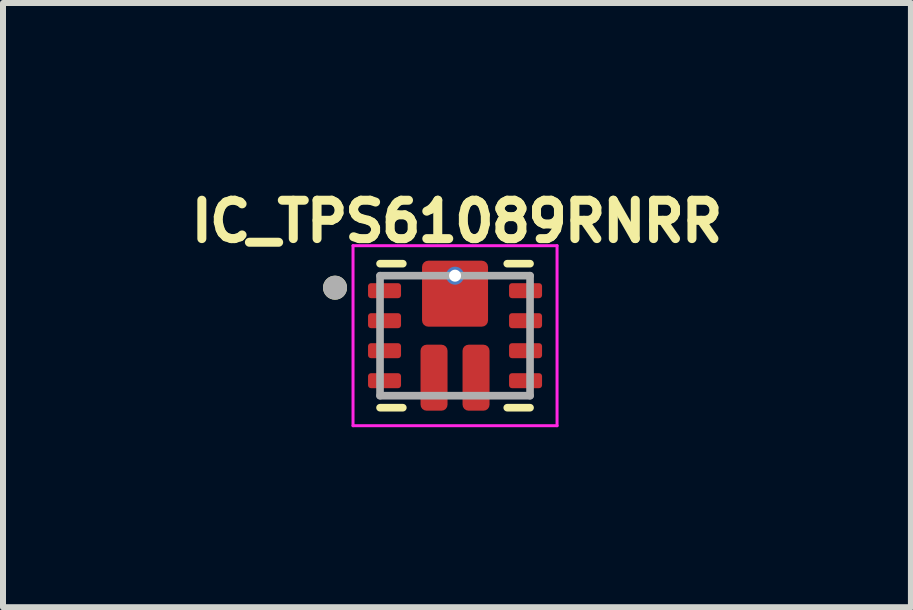
<source format=kicad_pcb>
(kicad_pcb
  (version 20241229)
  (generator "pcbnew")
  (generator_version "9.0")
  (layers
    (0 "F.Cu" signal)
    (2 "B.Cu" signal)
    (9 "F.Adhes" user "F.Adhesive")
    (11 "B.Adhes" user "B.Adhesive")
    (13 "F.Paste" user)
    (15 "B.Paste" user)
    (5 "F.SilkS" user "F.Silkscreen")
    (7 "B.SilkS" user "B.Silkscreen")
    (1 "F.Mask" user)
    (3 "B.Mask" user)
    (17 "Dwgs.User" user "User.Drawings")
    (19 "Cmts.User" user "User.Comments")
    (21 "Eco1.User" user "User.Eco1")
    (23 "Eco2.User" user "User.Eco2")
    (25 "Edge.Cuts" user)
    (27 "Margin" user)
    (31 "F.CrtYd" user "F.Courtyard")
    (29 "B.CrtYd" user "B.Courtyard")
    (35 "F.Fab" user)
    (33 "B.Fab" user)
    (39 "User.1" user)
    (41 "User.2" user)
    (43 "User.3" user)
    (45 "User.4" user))
  (footprint "IC_TPS61089RNRR"
    (layer "F.Cu")
    (at 4.533 2.544)
    (property "Reference" "IC_TPS61089RNRR" (at 0.032 -1.906 0) (layer "F.SilkS") (effects (font (size 0.64 0.64) (thickness 0.15))))
    (attr smd)
    (fp_poly (pts (xy -1.5 -0.825) (xy -1.5 -0.675) (xy -1.5 -0.67) (xy -1.499 -0.665) (xy -1.499 -0.659) (xy -1.498 -0.654) (xy -1.497 -0.649) (xy -1.495 -0.644) (xy -1.493 -0.639) (xy -1.491 -0.634) (xy -1.489 -0.63) (xy -1.487 -0.625) (xy -1.484 -0.621) (xy -1.481 -0.616) (xy -1.478 -0.612) (xy -1.474 -0.608) (xy -1.471 -0.604) (xy -1.467 -0.601) (xy -1.463 -0.597) (xy -1.459 -0.594) (xy -1.454 -0.591) (xy -1.45 -0.588) (xy -1.445 -0.586) (xy -1.441 -0.584) (xy -1.436 -0.582) (xy -1.431 -0.58) (xy -1.426 -0.578) (xy -1.421 -0.577) (xy -1.416 -0.576) (xy -1.41 -0.576) (xy -1.405 -0.575) (xy -1.4 -0.575) (xy -0.95 -0.575) (xy -0.945 -0.575) (xy -0.94 -0.576) (xy -0.934 -0.576) (xy -0.929 -0.577) (xy -0.924 -0.578) (xy -0.919 -0.58) (xy -0.914 -0.582) (xy -0.909 -0.584) (xy -0.905 -0.586) (xy -0.9 -0.588) (xy -0.896 -0.591) (xy -0.891 -0.594) (xy -0.887 -0.597) (xy -0.883 -0.601) (xy -0.879 -0.604) (xy -0.876 -0.608) (xy -0.872 -0.612) (xy -0.869 -0.616) (xy -0.866 -0.621) (xy -0.863 -0.625) (xy -0.861 -0.63) (xy -0.859 -0.634) (xy -0.857 -0.639) (xy -0.855 -0.644) (xy -0.853 -0.649) (xy -0.852 -0.654) (xy -0.851 -0.659) (xy -0.851 -0.665) (xy -0.85 -0.67) (xy -0.85 -0.675) (xy -0.85 -0.825) (xy -0.85 -0.83) (xy -0.851 -0.835) (xy -0.851 -0.841) (xy -0.852 -0.846) (xy -0.853 -0.851) (xy -0.855 -0.856) (xy -0.857 -0.861) (xy -0.859 -0.866) (xy -0.861 -0.87) (xy -0.863 -0.875) (xy -0.866 -0.879) (xy -0.869 -0.884) (xy -0.872 -0.888) (xy -0.876 -0.892) (xy -0.879 -0.896) (xy -0.883 -0.899) (xy -0.887 -0.903) (xy -0.891 -0.906) (xy -0.896 -0.909) (xy -0.9 -0.912) (xy -0.905 -0.914) (xy -0.909 -0.916) (xy -0.914 -0.918) (xy -0.919 -0.92) (xy -0.924 -0.922) (xy -0.929 -0.923) (xy -0.934 -0.924) (xy -0.94 -0.924) (xy -0.945 -0.925) (xy -0.95 -0.925) (xy -1.4 -0.925) (xy -1.405 -0.925) (xy -1.41 -0.924) (xy -1.416 -0.924) (xy -1.421 -0.923) (xy -1.426 -0.922) (xy -1.431 -0.92) (xy -1.436 -0.918) (xy -1.441 -0.916) (xy -1.445 -0.914) (xy -1.45 -0.912) (xy -1.454 -0.909) (xy -1.459 -0.906) (xy -1.463 -0.903) (xy -1.467 -0.899) (xy -1.471 -0.896) (xy -1.474 -0.892) (xy -1.478 -0.888) (xy -1.481 -0.884) (xy -1.484 -0.879) (xy -1.487 -0.875) (xy -1.489 -0.87) (xy -1.491 -0.866) (xy -1.493 -0.861) (xy -1.495 -0.856) (xy -1.497 -0.851) (xy -1.498 -0.846) (xy -1.499 -0.841) (xy -1.499 -0.835) (xy -1.5 -0.83) (xy -1.5 -0.825)) (stroke (width 0.01) (type solid)) (fill yes) (layer "F.Mask"))
    (fp_poly (pts (xy -1.5 -0.325) (xy -1.5 -0.175) (xy -1.5 -0.17) (xy -1.499 -0.165) (xy -1.499 -0.159) (xy -1.498 -0.154) (xy -1.497 -0.149) (xy -1.495 -0.144) (xy -1.493 -0.139) (xy -1.491 -0.134) (xy -1.489 -0.13) (xy -1.487 -0.125) (xy -1.484 -0.121) (xy -1.481 -0.116) (xy -1.478 -0.112) (xy -1.474 -0.108) (xy -1.471 -0.104) (xy -1.467 -0.101) (xy -1.463 -0.097) (xy -1.459 -0.094) (xy -1.454 -0.091) (xy -1.45 -0.088) (xy -1.445 -0.086) (xy -1.441 -0.084) (xy -1.436 -0.082) (xy -1.431 -0.08) (xy -1.426 -0.078) (xy -1.421 -0.077) (xy -1.416 -0.076) (xy -1.41 -0.076) (xy -1.405 -0.075) (xy -1.4 -0.075) (xy -0.95 -0.075) (xy -0.945 -0.075) (xy -0.94 -0.076) (xy -0.934 -0.076) (xy -0.929 -0.077) (xy -0.924 -0.078) (xy -0.919 -0.08) (xy -0.914 -0.082) (xy -0.909 -0.084) (xy -0.905 -0.086) (xy -0.9 -0.088) (xy -0.896 -0.091) (xy -0.891 -0.094) (xy -0.887 -0.097) (xy -0.883 -0.101) (xy -0.879 -0.104) (xy -0.876 -0.108) (xy -0.872 -0.112) (xy -0.869 -0.116) (xy -0.866 -0.121) (xy -0.863 -0.125) (xy -0.861 -0.13) (xy -0.859 -0.134) (xy -0.857 -0.139) (xy -0.855 -0.144) (xy -0.853 -0.149) (xy -0.852 -0.154) (xy -0.851 -0.159) (xy -0.851 -0.165) (xy -0.85 -0.17) (xy -0.85 -0.175) (xy -0.85 -0.325) (xy -0.85 -0.33) (xy -0.851 -0.335) (xy -0.851 -0.341) (xy -0.852 -0.346) (xy -0.853 -0.351) (xy -0.855 -0.356) (xy -0.857 -0.361) (xy -0.859 -0.366) (xy -0.861 -0.37) (xy -0.863 -0.375) (xy -0.866 -0.379) (xy -0.869 -0.384) (xy -0.872 -0.388) (xy -0.876 -0.392) (xy -0.879 -0.396) (xy -0.883 -0.399) (xy -0.887 -0.403) (xy -0.891 -0.406) (xy -0.896 -0.409) (xy -0.9 -0.412) (xy -0.905 -0.414) (xy -0.909 -0.416) (xy -0.914 -0.418) (xy -0.919 -0.42) (xy -0.924 -0.422) (xy -0.929 -0.423) (xy -0.934 -0.424) (xy -0.94 -0.424) (xy -0.945 -0.425) (xy -0.95 -0.425) (xy -1.4 -0.425) (xy -1.405 -0.425) (xy -1.41 -0.424) (xy -1.416 -0.424) (xy -1.421 -0.423) (xy -1.426 -0.422) (xy -1.431 -0.42) (xy -1.436 -0.418) (xy -1.441 -0.416) (xy -1.445 -0.414) (xy -1.45 -0.412) (xy -1.454 -0.409) (xy -1.459 -0.406) (xy -1.463 -0.403) (xy -1.467 -0.399) (xy -1.471 -0.396) (xy -1.474 -0.392) (xy -1.478 -0.388) (xy -1.481 -0.384) (xy -1.484 -0.379) (xy -1.487 -0.375) (xy -1.489 -0.37) (xy -1.491 -0.366) (xy -1.493 -0.361) (xy -1.495 -0.356) (xy -1.497 -0.351) (xy -1.498 -0.346) (xy -1.499 -0.341) (xy -1.499 -0.335) (xy -1.5 -0.33) (xy -1.5 -0.325)) (stroke (width 0.01) (type solid)) (fill yes) (layer "F.Mask"))
    (fp_poly (pts (xy -1.5 0.175) (xy -1.5 0.325) (xy -1.5 0.33) (xy -1.499 0.335) (xy -1.499 0.341) (xy -1.498 0.346) (xy -1.497 0.351) (xy -1.495 0.356) (xy -1.493 0.361) (xy -1.491 0.366) (xy -1.489 0.37) (xy -1.487 0.375) (xy -1.484 0.379) (xy -1.481 0.384) (xy -1.478 0.388) (xy -1.474 0.392) (xy -1.471 0.396) (xy -1.467 0.399) (xy -1.463 0.403) (xy -1.459 0.406) (xy -1.454 0.409) (xy -1.45 0.412) (xy -1.445 0.414) (xy -1.441 0.416) (xy -1.436 0.418) (xy -1.431 0.42) (xy -1.426 0.422) (xy -1.421 0.423) (xy -1.416 0.424) (xy -1.41 0.424) (xy -1.405 0.425) (xy -1.4 0.425) (xy -0.95 0.425) (xy -0.945 0.425) (xy -0.94 0.424) (xy -0.934 0.424) (xy -0.929 0.423) (xy -0.924 0.422) (xy -0.919 0.42) (xy -0.914 0.418) (xy -0.909 0.416) (xy -0.905 0.414) (xy -0.9 0.412) (xy -0.896 0.409) (xy -0.891 0.406) (xy -0.887 0.403) (xy -0.883 0.399) (xy -0.879 0.396) (xy -0.876 0.392) (xy -0.872 0.388) (xy -0.869 0.384) (xy -0.866 0.379) (xy -0.863 0.375) (xy -0.861 0.37) (xy -0.859 0.366) (xy -0.857 0.361) (xy -0.855 0.356) (xy -0.853 0.351) (xy -0.852 0.346) (xy -0.851 0.341) (xy -0.851 0.335) (xy -0.85 0.33) (xy -0.85 0.325) (xy -0.85 0.175) (xy -0.85 0.17) (xy -0.851 0.165) (xy -0.851 0.159) (xy -0.852 0.154) (xy -0.853 0.149) (xy -0.855 0.144) (xy -0.857 0.139) (xy -0.859 0.134) (xy -0.861 0.13) (xy -0.863 0.125) (xy -0.866 0.121) (xy -0.869 0.116) (xy -0.872 0.112) (xy -0.876 0.108) (xy -0.879 0.104) (xy -0.883 0.101) (xy -0.887 0.097) (xy -0.891 0.094) (xy -0.896 0.091) (xy -0.9 0.088) (xy -0.905 0.086) (xy -0.909 0.084) (xy -0.914 0.082) (xy -0.919 0.08) (xy -0.924 0.078) (xy -0.929 0.077) (xy -0.934 0.076) (xy -0.94 0.076) (xy -0.945 0.075) (xy -0.95 0.075) (xy -1.4 0.075) (xy -1.405 0.075) (xy -1.41 0.076) (xy -1.416 0.076) (xy -1.421 0.077) (xy -1.426 0.078) (xy -1.431 0.08) (xy -1.436 0.082) (xy -1.441 0.084) (xy -1.445 0.086) (xy -1.45 0.088) (xy -1.454 0.091) (xy -1.459 0.094) (xy -1.463 0.097) (xy -1.467 0.101) (xy -1.471 0.104) (xy -1.474 0.108) (xy -1.478 0.112) (xy -1.481 0.116) (xy -1.484 0.121) (xy -1.487 0.125) (xy -1.489 0.13) (xy -1.491 0.134) (xy -1.493 0.139) (xy -1.495 0.144) (xy -1.497 0.149) (xy -1.498 0.154) (xy -1.499 0.159) (xy -1.499 0.165) (xy -1.5 0.17) (xy -1.5 0.175)) (stroke (width 0.01) (type solid)) (fill yes) (layer "F.Mask"))
    (fp_poly (pts (xy -1.5 0.675) (xy -1.5 0.825) (xy -1.5 0.83) (xy -1.499 0.835) (xy -1.499 0.841) (xy -1.498 0.846) (xy -1.497 0.851) (xy -1.495 0.856) (xy -1.493 0.861) (xy -1.491 0.866) (xy -1.489 0.87) (xy -1.487 0.875) (xy -1.484 0.879) (xy -1.481 0.884) (xy -1.478 0.888) (xy -1.474 0.892) (xy -1.471 0.896) (xy -1.467 0.899) (xy -1.463 0.903) (xy -1.459 0.906) (xy -1.454 0.909) (xy -1.45 0.912) (xy -1.445 0.914) (xy -1.441 0.916) (xy -1.436 0.918) (xy -1.431 0.92) (xy -1.426 0.922) (xy -1.421 0.923) (xy -1.416 0.924) (xy -1.41 0.924) (xy -1.405 0.925) (xy -1.4 0.925) (xy -0.95 0.925) (xy -0.945 0.925) (xy -0.94 0.924) (xy -0.934 0.924) (xy -0.929 0.923) (xy -0.924 0.922) (xy -0.919 0.92) (xy -0.914 0.918) (xy -0.909 0.916) (xy -0.905 0.914) (xy -0.9 0.912) (xy -0.896 0.909) (xy -0.891 0.906) (xy -0.887 0.903) (xy -0.883 0.899) (xy -0.879 0.896) (xy -0.876 0.892) (xy -0.872 0.888) (xy -0.869 0.884) (xy -0.866 0.879) (xy -0.863 0.875) (xy -0.861 0.87) (xy -0.859 0.866) (xy -0.857 0.861) (xy -0.855 0.856) (xy -0.853 0.851) (xy -0.852 0.846) (xy -0.851 0.841) (xy -0.851 0.835) (xy -0.85 0.83) (xy -0.85 0.825) (xy -0.85 0.675) (xy -0.85 0.67) (xy -0.851 0.665) (xy -0.851 0.659) (xy -0.852 0.654) (xy -0.853 0.649) (xy -0.855 0.644) (xy -0.857 0.639) (xy -0.859 0.634) (xy -0.861 0.63) (xy -0.863 0.625) (xy -0.866 0.621) (xy -0.869 0.616) (xy -0.872 0.612) (xy -0.876 0.608) (xy -0.879 0.604) (xy -0.883 0.601) (xy -0.887 0.597) (xy -0.891 0.594) (xy -0.896 0.591) (xy -0.9 0.588) (xy -0.905 0.586) (xy -0.909 0.584) (xy -0.914 0.582) (xy -0.919 0.58) (xy -0.924 0.578) (xy -0.929 0.577) (xy -0.934 0.576) (xy -0.94 0.576) (xy -0.945 0.575) (xy -0.95 0.575) (xy -1.4 0.575) (xy -1.405 0.575) (xy -1.41 0.576) (xy -1.416 0.576) (xy -1.421 0.577) (xy -1.426 0.578) (xy -1.431 0.58) (xy -1.436 0.582) (xy -1.441 0.584) (xy -1.445 0.586) (xy -1.45 0.588) (xy -1.454 0.591) (xy -1.459 0.594) (xy -1.463 0.597) (xy -1.467 0.601) (xy -1.471 0.604) (xy -1.474 0.608) (xy -1.478 0.612) (xy -1.481 0.616) (xy -1.484 0.621) (xy -1.487 0.625) (xy -1.489 0.63) (xy -1.491 0.634) (xy -1.493 0.639) (xy -1.495 0.644) (xy -1.497 0.649) (xy -1.498 0.654) (xy -1.499 0.659) (xy -1.499 0.665) (xy -1.5 0.67) (xy -1.5 0.675)) (stroke (width 0.01) (type solid)) (fill yes) (layer "F.Mask"))
    (fp_poly (pts (xy -0.225 0.2) (xy -0.475 0.2) (xy -0.478 0.2) (xy -0.48 0.2) (xy -0.483 0.201) (xy -0.485 0.201) (xy -0.488 0.202) (xy -0.49 0.202) (xy -0.493 0.203) (xy -0.495 0.204) (xy -0.498 0.205) (xy -0.5 0.207) (xy -0.502 0.208) (xy -0.504 0.21) (xy -0.506 0.211) (xy -0.508 0.213) (xy -0.51 0.215) (xy -0.512 0.217) (xy -0.514 0.219) (xy -0.515 0.221) (xy -0.517 0.223) (xy -0.518 0.225) (xy -0.52 0.227) (xy -0.521 0.23) (xy -0.522 0.232) (xy -0.523 0.235) (xy -0.523 0.237) (xy -0.524 0.24) (xy -0.524 0.242) (xy -0.525 0.245) (xy -0.525 0.247) (xy -0.525 0.25) (xy -0.525 1.15) (xy -0.525 1.153) (xy -0.525 1.155) (xy -0.524 1.158) (xy -0.524 1.16) (xy -0.523 1.163) (xy -0.523 1.165) (xy -0.522 1.168) (xy -0.521 1.17) (xy -0.52 1.173) (xy -0.518 1.175) (xy -0.517 1.177) (xy -0.515 1.179) (xy -0.514 1.181) (xy -0.512 1.183) (xy -0.51 1.185) (xy -0.508 1.187) (xy -0.506 1.189) (xy -0.504 1.19) (xy -0.502 1.192) (xy -0.5 1.193) (xy -0.498 1.195) (xy -0.495 1.196) (xy -0.493 1.197) (xy -0.49 1.198) (xy -0.488 1.198) (xy -0.485 1.199) (xy -0.483 1.199) (xy -0.48 1.2) (xy -0.478 1.2) (xy -0.475 1.2) (xy -0.225 1.2) (xy -0.222 1.2) (xy -0.22 1.2) (xy -0.217 1.199) (xy -0.215 1.199) (xy -0.212 1.198) (xy -0.21 1.198) (xy -0.207 1.197) (xy -0.205 1.196) (xy -0.202 1.195) (xy -0.2 1.193) (xy -0.198 1.192) (xy -0.196 1.19) (xy -0.194 1.189) (xy -0.192 1.187) (xy -0.19 1.185) (xy -0.188 1.183) (xy -0.186 1.181) (xy -0.185 1.179) (xy -0.183 1.177) (xy -0.182 1.175) (xy -0.18 1.173) (xy -0.179 1.17) (xy -0.178 1.168) (xy -0.177 1.165) (xy -0.177 1.163) (xy -0.176 1.16) (xy -0.176 1.158) (xy -0.175 1.155) (xy -0.175 1.153) (xy -0.175 1.15) (xy -0.175 0.25) (xy -0.175 0.247) (xy -0.175 0.245) (xy -0.176 0.242) (xy -0.176 0.24) (xy -0.177 0.237) (xy -0.177 0.235) (xy -0.178 0.232) (xy -0.179 0.23) (xy -0.18 0.227) (xy -0.182 0.225) (xy -0.183 0.223) (xy -0.185 0.221) (xy -0.186 0.219) (xy -0.188 0.217) (xy -0.19 0.215) (xy -0.192 0.213) (xy -0.194 0.211) (xy -0.196 0.21) (xy -0.198 0.208) (xy -0.2 0.207) (xy -0.202 0.205) (xy -0.205 0.204) (xy -0.207 0.203) (xy -0.21 0.202) (xy -0.212 0.202) (xy -0.215 0.201) (xy -0.217 0.201) (xy -0.22 0.2) (xy -0.222 0.2) (xy -0.225 0.2)) (stroke (width 0.01) (type solid)) (fill yes) (layer "F.Mask"))
    (fp_poly (pts (xy 0.475 0.2) (xy 0.225 0.2) (xy 0.222 0.2) (xy 0.22 0.2) (xy 0.217 0.201) (xy 0.215 0.201) (xy 0.212 0.202) (xy 0.21 0.202) (xy 0.207 0.203) (xy 0.205 0.204) (xy 0.202 0.205) (xy 0.2 0.207) (xy 0.198 0.208) (xy 0.196 0.21) (xy 0.194 0.211) (xy 0.192 0.213) (xy 0.19 0.215) (xy 0.188 0.217) (xy 0.186 0.219) (xy 0.185 0.221) (xy 0.183 0.223) (xy 0.182 0.225) (xy 0.18 0.227) (xy 0.179 0.23) (xy 0.178 0.232) (xy 0.177 0.235) (xy 0.177 0.237) (xy 0.176 0.24) (xy 0.176 0.242) (xy 0.175 0.245) (xy 0.175 0.247) (xy 0.175 0.25) (xy 0.175 1.15) (xy 0.175 1.153) (xy 0.175 1.155) (xy 0.176 1.158) (xy 0.176 1.16) (xy 0.177 1.163) (xy 0.177 1.165) (xy 0.178 1.168) (xy 0.179 1.17) (xy 0.18 1.173) (xy 0.182 1.175) (xy 0.183 1.177) (xy 0.185 1.179) (xy 0.186 1.181) (xy 0.188 1.183) (xy 0.19 1.185) (xy 0.192 1.187) (xy 0.194 1.189) (xy 0.196 1.19) (xy 0.198 1.192) (xy 0.2 1.193) (xy 0.202 1.195) (xy 0.205 1.196) (xy 0.207 1.197) (xy 0.21 1.198) (xy 0.212 1.198) (xy 0.215 1.199) (xy 0.217 1.199) (xy 0.22 1.2) (xy 0.222 1.2) (xy 0.225 1.2) (xy 0.475 1.2) (xy 0.478 1.2) (xy 0.48 1.2) (xy 0.483 1.199) (xy 0.485 1.199) (xy 0.488 1.198) (xy 0.49 1.198) (xy 0.493 1.197) (xy 0.495 1.196) (xy 0.498 1.195) (xy 0.5 1.193) (xy 0.502 1.192) (xy 0.504 1.19) (xy 0.506 1.189) (xy 0.508 1.187) (xy 0.51 1.185) (xy 0.512 1.183) (xy 0.514 1.181) (xy 0.515 1.179) (xy 0.517 1.177) (xy 0.518 1.175) (xy 0.52 1.173) (xy 0.521 1.17) (xy 0.522 1.168) (xy 0.523 1.165) (xy 0.523 1.163) (xy 0.524 1.16) (xy 0.524 1.158) (xy 0.525 1.155) (xy 0.525 1.153) (xy 0.525 1.15) (xy 0.525 0.25) (xy 0.525 0.247) (xy 0.525 0.245) (xy 0.524 0.242) (xy 0.524 0.24) (xy 0.523 0.237) (xy 0.523 0.235) (xy 0.522 0.232) (xy 0.521 0.23) (xy 0.52 0.227) (xy 0.518 0.225) (xy 0.517 0.223) (xy 0.515 0.221) (xy 0.514 0.219) (xy 0.512 0.217) (xy 0.51 0.215) (xy 0.508 0.213) (xy 0.506 0.211) (xy 0.504 0.21) (xy 0.502 0.208) (xy 0.5 0.207) (xy 0.498 0.205) (xy 0.495 0.204) (xy 0.493 0.203) (xy 0.49 0.202) (xy 0.488 0.202) (xy 0.485 0.201) (xy 0.483 0.201) (xy 0.48 0.2) (xy 0.478 0.2) (xy 0.475 0.2)) (stroke (width 0.01) (type solid)) (fill yes) (layer "F.Mask"))
    (fp_poly (pts (xy 0.95 -0.575) (xy 1.4 -0.575) (xy 1.405 -0.575) (xy 1.41 -0.576) (xy 1.416 -0.576) (xy 1.421 -0.577) (xy 1.426 -0.578) (xy 1.431 -0.58) (xy 1.436 -0.582) (xy 1.441 -0.584) (xy 1.445 -0.586) (xy 1.45 -0.588) (xy 1.454 -0.591) (xy 1.459 -0.594) (xy 1.463 -0.597) (xy 1.467 -0.601) (xy 1.471 -0.604) (xy 1.474 -0.608) (xy 1.478 -0.612) (xy 1.481 -0.616) (xy 1.484 -0.621) (xy 1.487 -0.625) (xy 1.489 -0.63) (xy 1.491 -0.634) (xy 1.493 -0.639) (xy 1.495 -0.644) (xy 1.497 -0.649) (xy 1.498 -0.654) (xy 1.499 -0.659) (xy 1.499 -0.665) (xy 1.5 -0.67) (xy 1.5 -0.675) (xy 1.5 -0.825) (xy 1.5 -0.83) (xy 1.499 -0.835) (xy 1.499 -0.841) (xy 1.498 -0.846) (xy 1.497 -0.851) (xy 1.495 -0.856) (xy 1.493 -0.861) (xy 1.491 -0.866) (xy 1.489 -0.87) (xy 1.487 -0.875) (xy 1.484 -0.879) (xy 1.481 -0.884) (xy 1.478 -0.888) (xy 1.474 -0.892) (xy 1.471 -0.896) (xy 1.467 -0.899) (xy 1.463 -0.903) (xy 1.459 -0.906) (xy 1.454 -0.909) (xy 1.45 -0.912) (xy 1.445 -0.914) (xy 1.441 -0.916) (xy 1.436 -0.918) (xy 1.431 -0.92) (xy 1.426 -0.922) (xy 1.421 -0.923) (xy 1.416 -0.924) (xy 1.41 -0.924) (xy 1.405 -0.925) (xy 1.4 -0.925) (xy 0.95 -0.925) (xy 0.945 -0.925) (xy 0.94 -0.924) (xy 0.934 -0.924) (xy 0.929 -0.923) (xy 0.924 -0.922) (xy 0.919 -0.92) (xy 0.914 -0.918) (xy 0.909 -0.916) (xy 0.905 -0.914) (xy 0.9 -0.912) (xy 0.896 -0.909) (xy 0.891 -0.906) (xy 0.887 -0.903) (xy 0.883 -0.899) (xy 0.879 -0.896) (xy 0.876 -0.892) (xy 0.872 -0.888) (xy 0.869 -0.884) (xy 0.866 -0.879) (xy 0.863 -0.875) (xy 0.861 -0.87) (xy 0.859 -0.866) (xy 0.857 -0.861) (xy 0.855 -0.856) (xy 0.853 -0.851) (xy 0.852 -0.846) (xy 0.851 -0.841) (xy 0.851 -0.835) (xy 0.85 -0.83) (xy 0.85 -0.825) (xy 0.85 -0.675) (xy 0.85 -0.67) (xy 0.851 -0.665) (xy 0.851 -0.659) (xy 0.852 -0.654) (xy 0.853 -0.649) (xy 0.855 -0.644) (xy 0.857 -0.639) (xy 0.859 -0.634) (xy 0.861 -0.63) (xy 0.863 -0.625) (xy 0.866 -0.621) (xy 0.869 -0.616) (xy 0.872 -0.612) (xy 0.876 -0.608) (xy 0.879 -0.604) (xy 0.883 -0.601) (xy 0.887 -0.597) (xy 0.891 -0.594) (xy 0.896 -0.591) (xy 0.9 -0.588) (xy 0.905 -0.586) (xy 0.909 -0.584) (xy 0.914 -0.582) (xy 0.919 -0.58) (xy 0.924 -0.578) (xy 0.929 -0.577) (xy 0.934 -0.576) (xy 0.94 -0.576) (xy 0.945 -0.575) (xy 0.95 -0.575)) (stroke (width 0.01) (type solid)) (fill yes) (layer "F.Mask"))
    (fp_poly (pts (xy 0.95 -0.075) (xy 1.4 -0.075) (xy 1.405 -0.075) (xy 1.41 -0.076) (xy 1.416 -0.076) (xy 1.421 -0.077) (xy 1.426 -0.078) (xy 1.431 -0.08) (xy 1.436 -0.082) (xy 1.441 -0.084) (xy 1.445 -0.086) (xy 1.45 -0.088) (xy 1.454 -0.091) (xy 1.459 -0.094) (xy 1.463 -0.097) (xy 1.467 -0.101) (xy 1.471 -0.104) (xy 1.474 -0.108) (xy 1.478 -0.112) (xy 1.481 -0.116) (xy 1.484 -0.121) (xy 1.487 -0.125) (xy 1.489 -0.13) (xy 1.491 -0.134) (xy 1.493 -0.139) (xy 1.495 -0.144) (xy 1.497 -0.149) (xy 1.498 -0.154) (xy 1.499 -0.159) (xy 1.499 -0.165) (xy 1.5 -0.17) (xy 1.5 -0.175) (xy 1.5 -0.325) (xy 1.5 -0.33) (xy 1.499 -0.335) (xy 1.499 -0.341) (xy 1.498 -0.346) (xy 1.497 -0.351) (xy 1.495 -0.356) (xy 1.493 -0.361) (xy 1.491 -0.366) (xy 1.489 -0.37) (xy 1.487 -0.375) (xy 1.484 -0.379) (xy 1.481 -0.384) (xy 1.478 -0.388) (xy 1.474 -0.392) (xy 1.471 -0.396) (xy 1.467 -0.399) (xy 1.463 -0.403) (xy 1.459 -0.406) (xy 1.454 -0.409) (xy 1.45 -0.412) (xy 1.445 -0.414) (xy 1.441 -0.416) (xy 1.436 -0.418) (xy 1.431 -0.42) (xy 1.426 -0.422) (xy 1.421 -0.423) (xy 1.416 -0.424) (xy 1.41 -0.424) (xy 1.405 -0.425) (xy 1.4 -0.425) (xy 0.95 -0.425) (xy 0.945 -0.425) (xy 0.94 -0.424) (xy 0.934 -0.424) (xy 0.929 -0.423) (xy 0.924 -0.422) (xy 0.919 -0.42) (xy 0.914 -0.418) (xy 0.909 -0.416) (xy 0.905 -0.414) (xy 0.9 -0.412) (xy 0.896 -0.409) (xy 0.891 -0.406) (xy 0.887 -0.403) (xy 0.883 -0.399) (xy 0.879 -0.396) (xy 0.876 -0.392) (xy 0.872 -0.388) (xy 0.869 -0.384) (xy 0.866 -0.379) (xy 0.863 -0.375) (xy 0.861 -0.37) (xy 0.859 -0.366) (xy 0.857 -0.361) (xy 0.855 -0.356) (xy 0.853 -0.351) (xy 0.852 -0.346) (xy 0.851 -0.341) (xy 0.851 -0.335) (xy 0.85 -0.33) (xy 0.85 -0.325) (xy 0.85 -0.175) (xy 0.85 -0.17) (xy 0.851 -0.165) (xy 0.851 -0.159) (xy 0.852 -0.154) (xy 0.853 -0.149) (xy 0.855 -0.144) (xy 0.857 -0.139) (xy 0.859 -0.134) (xy 0.861 -0.13) (xy 0.863 -0.125) (xy 0.866 -0.121) (xy 0.869 -0.116) (xy 0.872 -0.112) (xy 0.876 -0.108) (xy 0.879 -0.104) (xy 0.883 -0.101) (xy 0.887 -0.097) (xy 0.891 -0.094) (xy 0.896 -0.091) (xy 0.9 -0.088) (xy 0.905 -0.086) (xy 0.909 -0.084) (xy 0.914 -0.082) (xy 0.919 -0.08) (xy 0.924 -0.078) (xy 0.929 -0.077) (xy 0.934 -0.076) (xy 0.94 -0.076) (xy 0.945 -0.075) (xy 0.95 -0.075)) (stroke (width 0.01) (type solid)) (fill yes) (layer "F.Mask"))
    (fp_poly (pts (xy 0.95 0.425) (xy 1.4 0.425) (xy 1.405 0.425) (xy 1.41 0.424) (xy 1.416 0.424) (xy 1.421 0.423) (xy 1.426 0.422) (xy 1.431 0.42) (xy 1.436 0.418) (xy 1.441 0.416) (xy 1.445 0.414) (xy 1.45 0.412) (xy 1.454 0.409) (xy 1.459 0.406) (xy 1.463 0.403) (xy 1.467 0.399) (xy 1.471 0.396) (xy 1.474 0.392) (xy 1.478 0.388) (xy 1.481 0.384) (xy 1.484 0.379) (xy 1.487 0.375) (xy 1.489 0.37) (xy 1.491 0.366) (xy 1.493 0.361) (xy 1.495 0.356) (xy 1.497 0.351) (xy 1.498 0.346) (xy 1.499 0.341) (xy 1.499 0.335) (xy 1.5 0.33) (xy 1.5 0.325) (xy 1.5 0.175) (xy 1.5 0.17) (xy 1.499 0.165) (xy 1.499 0.159) (xy 1.498 0.154) (xy 1.497 0.149) (xy 1.495 0.144) (xy 1.493 0.139) (xy 1.491 0.134) (xy 1.489 0.13) (xy 1.487 0.125) (xy 1.484 0.121) (xy 1.481 0.116) (xy 1.478 0.112) (xy 1.474 0.108) (xy 1.471 0.104) (xy 1.467 0.101) (xy 1.463 0.097) (xy 1.459 0.094) (xy 1.454 0.091) (xy 1.45 0.088) (xy 1.445 0.086) (xy 1.441 0.084) (xy 1.436 0.082) (xy 1.431 0.08) (xy 1.426 0.078) (xy 1.421 0.077) (xy 1.416 0.076) (xy 1.41 0.076) (xy 1.405 0.075) (xy 1.4 0.075) (xy 0.95 0.075) (xy 0.945 0.075) (xy 0.94 0.076) (xy 0.934 0.076) (xy 0.929 0.077) (xy 0.924 0.078) (xy 0.919 0.08) (xy 0.914 0.082) (xy 0.909 0.084) (xy 0.905 0.086) (xy 0.9 0.088) (xy 0.896 0.091) (xy 0.891 0.094) (xy 0.887 0.097) (xy 0.883 0.101) (xy 0.879 0.104) (xy 0.876 0.108) (xy 0.872 0.112) (xy 0.869 0.116) (xy 0.866 0.121) (xy 0.863 0.125) (xy 0.861 0.13) (xy 0.859 0.134) (xy 0.857 0.139) (xy 0.855 0.144) (xy 0.853 0.149) (xy 0.852 0.154) (xy 0.851 0.159) (xy 0.851 0.165) (xy 0.85 0.17) (xy 0.85 0.175) (xy 0.85 0.325) (xy 0.85 0.33) (xy 0.851 0.335) (xy 0.851 0.341) (xy 0.852 0.346) (xy 0.853 0.351) (xy 0.855 0.356) (xy 0.857 0.361) (xy 0.859 0.366) (xy 0.861 0.37) (xy 0.863 0.375) (xy 0.866 0.379) (xy 0.869 0.384) (xy 0.872 0.388) (xy 0.876 0.392) (xy 0.879 0.396) (xy 0.883 0.399) (xy 0.887 0.403) (xy 0.891 0.406) (xy 0.896 0.409) (xy 0.9 0.412) (xy 0.905 0.414) (xy 0.909 0.416) (xy 0.914 0.418) (xy 0.919 0.42) (xy 0.924 0.422) (xy 0.929 0.423) (xy 0.934 0.424) (xy 0.94 0.424) (xy 0.945 0.425) (xy 0.95 0.425)) (stroke (width 0.01) (type solid)) (fill yes) (layer "F.Mask"))
    (fp_poly (pts (xy 0.95 0.925) (xy 1.4 0.925) (xy 1.405 0.925) (xy 1.41 0.924) (xy 1.416 0.924) (xy 1.421 0.923) (xy 1.426 0.922) (xy 1.431 0.92) (xy 1.436 0.918) (xy 1.441 0.916) (xy 1.445 0.914) (xy 1.45 0.912) (xy 1.454 0.909) (xy 1.459 0.906) (xy 1.463 0.903) (xy 1.467 0.899) (xy 1.471 0.896) (xy 1.474 0.892) (xy 1.478 0.888) (xy 1.481 0.884) (xy 1.484 0.879) (xy 1.487 0.875) (xy 1.489 0.87) (xy 1.491 0.866) (xy 1.493 0.861) (xy 1.495 0.856) (xy 1.497 0.851) (xy 1.498 0.846) (xy 1.499 0.841) (xy 1.499 0.835) (xy 1.5 0.83) (xy 1.5 0.825) (xy 1.5 0.675) (xy 1.5 0.67) (xy 1.499 0.665) (xy 1.499 0.659) (xy 1.498 0.654) (xy 1.497 0.649) (xy 1.495 0.644) (xy 1.493 0.639) (xy 1.491 0.634) (xy 1.489 0.63) (xy 1.487 0.625) (xy 1.484 0.621) (xy 1.481 0.616) (xy 1.478 0.612) (xy 1.474 0.608) (xy 1.471 0.604) (xy 1.467 0.601) (xy 1.463 0.597) (xy 1.459 0.594) (xy 1.454 0.591) (xy 1.45 0.588) (xy 1.445 0.586) (xy 1.441 0.584) (xy 1.436 0.582) (xy 1.431 0.58) (xy 1.426 0.578) (xy 1.421 0.577) (xy 1.416 0.576) (xy 1.41 0.576) (xy 1.405 0.575) (xy 1.4 0.575) (xy 0.95 0.575) (xy 0.945 0.575) (xy 0.94 0.576) (xy 0.934 0.576) (xy 0.929 0.577) (xy 0.924 0.578) (xy 0.919 0.58) (xy 0.914 0.582) (xy 0.909 0.584) (xy 0.905 0.586) (xy 0.9 0.588) (xy 0.896 0.591) (xy 0.891 0.594) (xy 0.887 0.597) (xy 0.883 0.601) (xy 0.879 0.604) (xy 0.876 0.608) (xy 0.872 0.612) (xy 0.869 0.616) (xy 0.866 0.621) (xy 0.863 0.625) (xy 0.861 0.63) (xy 0.859 0.634) (xy 0.857 0.639) (xy 0.855 0.644) (xy 0.853 0.649) (xy 0.852 0.654) (xy 0.851 0.659) (xy 0.851 0.665) (xy 0.85 0.67) (xy 0.85 0.675) (xy 0.85 0.825) (xy 0.85 0.83) (xy 0.851 0.835) (xy 0.851 0.841) (xy 0.852 0.846) (xy 0.853 0.851) (xy 0.855 0.856) (xy 0.857 0.861) (xy 0.859 0.866) (xy 0.861 0.87) (xy 0.863 0.875) (xy 0.866 0.879) (xy 0.869 0.884) (xy 0.872 0.888) (xy 0.876 0.892) (xy 0.879 0.896) (xy 0.883 0.899) (xy 0.887 0.903) (xy 0.891 0.906) (xy 0.896 0.909) (xy 0.9 0.912) (xy 0.905 0.914) (xy 0.909 0.916) (xy 0.914 0.918) (xy 0.919 0.92) (xy 0.924 0.922) (xy 0.929 0.923) (xy 0.934 0.924) (xy 0.94 0.924) (xy 0.945 0.925) (xy 0.95 0.925)) (stroke (width 0.01) (type solid)) (fill yes) (layer "F.Mask"))
    (fp_poly (pts (xy 0.2 -0.82) (xy -0.2 -0.82) (xy -0.203 -0.82) (xy -0.205 -0.82) (xy -0.208 -0.821) (xy -0.21 -0.821) (xy -0.213 -0.822) (xy -0.215 -0.822) (xy -0.218 -0.823) (xy -0.22 -0.824) (xy -0.223 -0.825) (xy -0.225 -0.827) (xy -0.227 -0.828) (xy -0.229 -0.83) (xy -0.231 -0.831) (xy -0.233 -0.833) (xy -0.235 -0.835) (xy -0.237 -0.837) (xy -0.239 -0.839) (xy -0.24 -0.841) (xy -0.242 -0.843) (xy -0.243 -0.845) (xy -0.245 -0.847) (xy -0.246 -0.85) (xy -0.247 -0.852) (xy -0.248 -0.855) (xy -0.248 -0.857) (xy -0.249 -0.86) (xy -0.249 -0.862) (xy -0.25 -0.865) (xy -0.25 -0.867) (xy -0.25 -0.87) (xy -0.25 -1.15) (xy -0.25 -1.153) (xy -0.25 -1.155) (xy -0.251 -1.158) (xy -0.251 -1.16) (xy -0.252 -1.163) (xy -0.252 -1.165) (xy -0.253 -1.168) (xy -0.254 -1.17) (xy -0.255 -1.173) (xy -0.257 -1.175) (xy -0.258 -1.177) (xy -0.26 -1.179) (xy -0.261 -1.181) (xy -0.263 -1.183) (xy -0.265 -1.185) (xy -0.267 -1.187) (xy -0.269 -1.189) (xy -0.271 -1.19) (xy -0.273 -1.192) (xy -0.275 -1.193) (xy -0.277 -1.195) (xy -0.28 -1.196) (xy -0.282 -1.197) (xy -0.285 -1.198) (xy -0.287 -1.198) (xy -0.29 -1.199) (xy -0.292 -1.199) (xy -0.295 -1.2) (xy -0.297 -1.2) (xy -0.3 -1.2) (xy -0.45 -1.2) (xy -0.453 -1.2) (xy -0.455 -1.2) (xy -0.458 -1.199) (xy -0.46 -1.199) (xy -0.463 -1.198) (xy -0.465 -1.198) (xy -0.468 -1.197) (xy -0.47 -1.196) (xy -0.473 -1.195) (xy -0.475 -1.193) (xy -0.477 -1.192) (xy -0.479 -1.19) (xy -0.481 -1.189) (xy -0.483 -1.187) (xy -0.485 -1.185) (xy -0.487 -1.183) (xy -0.489 -1.181) (xy -0.49 -1.179) (xy -0.492 -1.177) (xy -0.493 -1.175) (xy -0.495 -1.173) (xy -0.496 -1.17) (xy -0.497 -1.168) (xy -0.498 -1.165) (xy -0.498 -1.163) (xy -0.499 -1.16) (xy -0.499 -1.158) (xy -0.5 -1.155) (xy -0.5 -1.153) (xy -0.5 -1.15) (xy -0.5 -0.25) (xy -0.5 -0.247) (xy -0.5 -0.245) (xy -0.499 -0.242) (xy -0.499 -0.24) (xy -0.498 -0.237) (xy -0.498 -0.235) (xy -0.497 -0.232) (xy -0.496 -0.23) (xy -0.495 -0.227) (xy -0.493 -0.225) (xy -0.492 -0.223) (xy -0.49 -0.221) (xy -0.489 -0.219) (xy -0.487 -0.217) (xy -0.485 -0.215) (xy -0.483 -0.213) (xy -0.481 -0.211) (xy -0.479 -0.21) (xy -0.477 -0.208) (xy -0.475 -0.207) (xy -0.473 -0.205) (xy -0.47 -0.204) (xy -0.468 -0.203) (xy -0.465 -0.202) (xy -0.463 -0.202) (xy -0.46 -0.201) (xy -0.458 -0.201) (xy -0.455 -0.2) (xy -0.453 -0.2) (xy -0.45 -0.2) (xy 0.45 -0.2) (xy 0.453 -0.2) (xy 0.455 -0.2) (xy 0.458 -0.201) (xy 0.46 -0.201) (xy 0.463 -0.202) (xy 0.465 -0.202) (xy 0.468 -0.203) (xy 0.47 -0.204) (xy 0.473 -0.205) (xy 0.475 -0.207) (xy 0.477 -0.208) (xy 0.479 -0.21) (xy 0.481 -0.211) (xy 0.483 -0.213) (xy 0.485 -0.215) (xy 0.487 -0.217) (xy 0.489 -0.219) (xy 0.49 -0.221) (xy 0.492 -0.223) (xy 0.493 -0.225) (xy 0.495 -0.227) (xy 0.496 -0.23) (xy 0.497 -0.232) (xy 0.498 -0.235) (xy 0.498 -0.237) (xy 0.499 -0.24) (xy 0.499 -0.242) (xy 0.5 -0.245) (xy 0.5 -0.247) (xy 0.5 -0.25) (xy 0.5 -1.15) (xy 0.5 -1.153) (xy 0.5 -1.155) (xy 0.499 -1.158) (xy 0.499 -1.16) (xy 0.498 -1.163) (xy 0.498 -1.165) (xy 0.497 -1.168) (xy 0.496 -1.17) (xy 0.495 -1.173) (xy 0.493 -1.175) (xy 0.492 -1.177) (xy 0.49 -1.179) (xy 0.489 -1.181) (xy 0.487 -1.183) (xy 0.485 -1.185) (xy 0.483 -1.187) (xy 0.481 -1.189) (xy 0.479 -1.19) (xy 0.477 -1.192) (xy 0.475 -1.193) (xy 0.473 -1.195) (xy 0.47 -1.196) (xy 0.468 -1.197) (xy 0.465 -1.198) (xy 0.463 -1.198) (xy 0.46 -1.199) (xy 0.458 -1.199) (xy 0.455 -1.2) (xy 0.453 -1.2) (xy 0.45 -1.2) (xy 0.3 -1.2) (xy 0.297 -1.2) (xy 0.295 -1.2) (xy 0.292 -1.199) (xy 0.29 -1.199) (xy 0.287 -1.198) (xy 0.285 -1.198) (xy 0.282 -1.197) (xy 0.28 -1.196) (xy 0.277 -1.195) (xy 0.275 -1.193) (xy 0.273 -1.192) (xy 0.271 -1.19) (xy 0.269 -1.189) (xy 0.267 -1.187) (xy 0.265 -1.185) (xy 0.263 -1.183) (xy 0.261 -1.181) (xy 0.26 -1.179) (xy 0.258 -1.177) (xy 0.257 -1.175) (xy 0.255 -1.173) (xy 0.254 -1.17) (xy 0.253 -1.168) (xy 0.252 -1.165) (xy 0.252 -1.163) (xy 0.251 -1.16) (xy 0.251 -1.158) (xy 0.25 -1.155) (xy 0.25 -1.153) (xy 0.25 -1.15) (xy 0.25 -0.87) (xy 0.25 -0.867) (xy 0.25 -0.865) (xy 0.249 -0.862) (xy 0.249 -0.86) (xy 0.248 -0.857) (xy 0.248 -0.855) (xy 0.247 -0.852) (xy 0.246 -0.85) (xy 0.245 -0.847) (xy 0.243 -0.845) (xy 0.242 -0.843) (xy 0.24 -0.841) (xy 0.239 -0.839) (xy 0.237 -0.837) (xy 0.235 -0.835) (xy 0.233 -0.833) (xy 0.231 -0.831) (xy 0.229 -0.83) (xy 0.227 -0.828) (xy 0.225 -0.827) (xy 0.223 -0.825) (xy 0.22 -0.824) (xy 0.218 -0.823) (xy 0.215 -0.822) (xy 0.213 -0.822) (xy 0.21 -0.821) (xy 0.208 -0.821) (xy 0.205 -0.82) (xy 0.203 -0.82) (xy 0.2 -0.82)) (stroke (width 0.01) (type solid)) (fill yes) (layer "F.Mask"))
    (fp_line (start -1.25 -1.2) (end -0.87 -1.2) (stroke (width 0.127) (type solid)) (layer "F.SilkS"))
    (fp_line (start -1.25 1.2) (end -0.87 1.2) (stroke (width 0.127) (type solid)) (layer "F.SilkS"))
    (fp_line (start 1.25 -1.2) (end 0.87 -1.2) (stroke (width 0.127) (type solid)) (layer "F.SilkS"))
    (fp_line (start 1.25 1.2) (end 0.87 1.2) (stroke (width 0.127) (type solid)) (layer "F.SilkS"))
    (fp_circle (center -2 -0.8) (end -1.9 -0.8) (stroke (width 0.2) (type solid)) (fill no) (layer "F.SilkS"))
    (fp_poly (pts (xy -0.45 -0.2) (xy 0.45 -0.2) (xy 0.453 -0.2) (xy 0.455 -0.2) (xy 0.458 -0.201) (xy 0.46 -0.201) (xy 0.463 -0.202) (xy 0.465 -0.202) (xy 0.468 -0.203) (xy 0.47 -0.204) (xy 0.473 -0.205) (xy 0.475 -0.207) (xy 0.477 -0.208) (xy 0.479 -0.21) (xy 0.481 -0.211) (xy 0.483 -0.213) (xy 0.485 -0.215) (xy 0.487 -0.217) (xy 0.489 -0.219) (xy 0.49 -0.221) (xy 0.492 -0.223) (xy 0.493 -0.225) (xy 0.495 -0.227) (xy 0.496 -0.23) (xy 0.497 -0.232) (xy 0.498 -0.235) (xy 0.498 -0.237) (xy 0.499 -0.24) (xy 0.499 -0.242) (xy 0.5 -0.245) (xy 0.5 -0.247) (xy 0.5 -0.25) (xy 0.5 -0.67) (xy 0.5 -0.673) (xy 0.5 -0.675) (xy 0.499 -0.678) (xy 0.499 -0.68) (xy 0.498 -0.683) (xy 0.498 -0.685) (xy 0.497 -0.688) (xy 0.496 -0.69) (xy 0.495 -0.693) (xy 0.493 -0.695) (xy 0.492 -0.697) (xy 0.49 -0.699) (xy 0.489 -0.701) (xy 0.487 -0.703) (xy 0.485 -0.705) (xy 0.483 -0.707) (xy 0.481 -0.709) (xy 0.479 -0.71) (xy 0.477 -0.712) (xy 0.475 -0.713) (xy 0.473 -0.715) (xy 0.47 -0.716) (xy 0.468 -0.717) (xy 0.465 -0.718) (xy 0.463 -0.718) (xy 0.46 -0.719) (xy 0.458 -0.719) (xy 0.455 -0.72) (xy 0.453 -0.72) (xy 0.45 -0.72) (xy -0.45 -0.72) (xy -0.453 -0.72) (xy -0.455 -0.72) (xy -0.458 -0.719) (xy -0.46 -0.719) (xy -0.463 -0.718) (xy -0.465 -0.718) (xy -0.468 -0.717) (xy -0.47 -0.716) (xy -0.473 -0.715) (xy -0.475 -0.713) (xy -0.477 -0.712) (xy -0.479 -0.71) (xy -0.481 -0.709) (xy -0.483 -0.707) (xy -0.485 -0.705) (xy -0.487 -0.703) (xy -0.489 -0.701) (xy -0.49 -0.699) (xy -0.492 -0.697) (xy -0.493 -0.695) (xy -0.495 -0.693) (xy -0.496 -0.69) (xy -0.497 -0.688) (xy -0.498 -0.685) (xy -0.498 -0.683) (xy -0.499 -0.68) (xy -0.499 -0.678) (xy -0.5 -0.675) (xy -0.5 -0.673) (xy -0.5 -0.67) (xy -0.5 -0.25) (xy -0.5 -0.247) (xy -0.5 -0.245) (xy -0.499 -0.242) (xy -0.499 -0.24) (xy -0.498 -0.237) (xy -0.498 -0.235) (xy -0.497 -0.232) (xy -0.496 -0.23) (xy -0.495 -0.227) (xy -0.493 -0.225) (xy -0.492 -0.223) (xy -0.49 -0.221) (xy -0.489 -0.219) (xy -0.487 -0.217) (xy -0.485 -0.215) (xy -0.483 -0.213) (xy -0.481 -0.211) (xy -0.479 -0.21) (xy -0.477 -0.208) (xy -0.475 -0.207) (xy -0.473 -0.205) (xy -0.47 -0.204) (xy -0.468 -0.203) (xy -0.465 -0.202) (xy -0.463 -0.202) (xy -0.46 -0.201) (xy -0.458 -0.201) (xy -0.455 -0.2) (xy -0.453 -0.2) (xy -0.45 -0.2)) (stroke (width 0.01) (type solid)) (fill yes) (layer "F.Paste"))
    (fp_poly (pts (xy -0.3 -1.2) (xy -0.45 -1.2) (xy -0.453 -1.2) (xy -0.455 -1.2) (xy -0.458 -1.199) (xy -0.46 -1.199) (xy -0.463 -1.198) (xy -0.465 -1.198) (xy -0.468 -1.197) (xy -0.47 -1.196) (xy -0.473 -1.195) (xy -0.475 -1.193) (xy -0.477 -1.192) (xy -0.479 -1.19) (xy -0.481 -1.189) (xy -0.483 -1.187) (xy -0.485 -1.185) (xy -0.487 -1.183) (xy -0.489 -1.181) (xy -0.49 -1.179) (xy -0.492 -1.177) (xy -0.493 -1.175) (xy -0.495 -1.173) (xy -0.496 -1.17) (xy -0.497 -1.168) (xy -0.498 -1.165) (xy -0.498 -1.163) (xy -0.499 -1.16) (xy -0.499 -1.158) (xy -0.5 -1.155) (xy -0.5 -1.153) (xy -0.5 -1.15) (xy -0.5 -0.97) (xy -0.5 -0.967) (xy -0.5 -0.965) (xy -0.499 -0.962) (xy -0.499 -0.96) (xy -0.498 -0.957) (xy -0.498 -0.955) (xy -0.497 -0.952) (xy -0.496 -0.95) (xy -0.495 -0.947) (xy -0.493 -0.945) (xy -0.492 -0.943) (xy -0.49 -0.941) (xy -0.489 -0.939) (xy -0.487 -0.937) (xy -0.485 -0.935) (xy -0.483 -0.933) (xy -0.481 -0.931) (xy -0.479 -0.93) (xy -0.477 -0.928) (xy -0.475 -0.927) (xy -0.473 -0.925) (xy -0.47 -0.924) (xy -0.468 -0.923) (xy -0.465 -0.922) (xy -0.463 -0.922) (xy -0.46 -0.921) (xy -0.458 -0.921) (xy -0.455 -0.92) (xy -0.453 -0.92) (xy -0.45 -0.92) (xy -0.3 -0.92) (xy -0.297 -0.92) (xy -0.295 -0.92) (xy -0.292 -0.921) (xy -0.29 -0.921) (xy -0.287 -0.922) (xy -0.285 -0.922) (xy -0.282 -0.923) (xy -0.28 -0.924) (xy -0.277 -0.925) (xy -0.275 -0.927) (xy -0.273 -0.928) (xy -0.271 -0.93) (xy -0.269 -0.931) (xy -0.267 -0.933) (xy -0.265 -0.935) (xy -0.263 -0.937) (xy -0.261 -0.939) (xy -0.26 -0.941) (xy -0.258 -0.943) (xy -0.257 -0.945) (xy -0.255 -0.947) (xy -0.254 -0.95) (xy -0.253 -0.952) (xy -0.252 -0.955) (xy -0.252 -0.957) (xy -0.251 -0.96) (xy -0.251 -0.962) (xy -0.25 -0.965) (xy -0.25 -0.967) (xy -0.25 -0.97) (xy -0.25 -1.15) (xy -0.25 -1.153) (xy -0.25 -1.155) (xy -0.251 -1.158) (xy -0.251 -1.16) (xy -0.252 -1.163) (xy -0.252 -1.165) (xy -0.253 -1.168) (xy -0.254 -1.17) (xy -0.255 -1.173) (xy -0.257 -1.175) (xy -0.258 -1.177) (xy -0.26 -1.179) (xy -0.261 -1.181) (xy -0.263 -1.183) (xy -0.265 -1.185) (xy -0.267 -1.187) (xy -0.269 -1.189) (xy -0.271 -1.19) (xy -0.273 -1.192) (xy -0.275 -1.193) (xy -0.277 -1.195) (xy -0.28 -1.196) (xy -0.282 -1.197) (xy -0.285 -1.198) (xy -0.287 -1.198) (xy -0.29 -1.199) (xy -0.292 -1.199) (xy -0.295 -1.2) (xy -0.297 -1.2) (xy -0.3 -1.2)) (stroke (width 0.01) (type solid)) (fill yes) (layer "F.Paste"))
    (fp_poly (pts (xy -0.225 0.28) (xy -0.475 0.28) (xy -0.478 0.28) (xy -0.48 0.28) (xy -0.483 0.281) (xy -0.485 0.281) (xy -0.488 0.282) (xy -0.49 0.282) (xy -0.493 0.283) (xy -0.495 0.284) (xy -0.498 0.285) (xy -0.5 0.287) (xy -0.502 0.288) (xy -0.504 0.29) (xy -0.506 0.291) (xy -0.508 0.293) (xy -0.51 0.295) (xy -0.512 0.297) (xy -0.514 0.299) (xy -0.515 0.301) (xy -0.517 0.303) (xy -0.518 0.305) (xy -0.52 0.307) (xy -0.521 0.31) (xy -0.522 0.312) (xy -0.523 0.315) (xy -0.523 0.317) (xy -0.524 0.32) (xy -0.524 0.322) (xy -0.525 0.325) (xy -0.525 0.327) (xy -0.525 0.33) (xy -0.525 1.15) (xy -0.525 1.153) (xy -0.525 1.155) (xy -0.524 1.158) (xy -0.524 1.16) (xy -0.523 1.163) (xy -0.523 1.165) (xy -0.522 1.168) (xy -0.521 1.17) (xy -0.52 1.173) (xy -0.518 1.175) (xy -0.517 1.177) (xy -0.515 1.179) (xy -0.514 1.181) (xy -0.512 1.183) (xy -0.51 1.185) (xy -0.508 1.187) (xy -0.506 1.189) (xy -0.504 1.19) (xy -0.502 1.192) (xy -0.5 1.193) (xy -0.498 1.195) (xy -0.495 1.196) (xy -0.493 1.197) (xy -0.49 1.198) (xy -0.488 1.198) (xy -0.485 1.199) (xy -0.483 1.199) (xy -0.48 1.2) (xy -0.478 1.2) (xy -0.475 1.2) (xy -0.225 1.2) (xy -0.222 1.2) (xy -0.22 1.2) (xy -0.217 1.199) (xy -0.215 1.199) (xy -0.212 1.198) (xy -0.21 1.198) (xy -0.207 1.197) (xy -0.205 1.196) (xy -0.202 1.195) (xy -0.2 1.193) (xy -0.198 1.192) (xy -0.196 1.19) (xy -0.194 1.189) (xy -0.192 1.187) (xy -0.19 1.185) (xy -0.188 1.183) (xy -0.186 1.181) (xy -0.185 1.179) (xy -0.183 1.177) (xy -0.182 1.175) (xy -0.18 1.173) (xy -0.179 1.17) (xy -0.178 1.168) (xy -0.177 1.165) (xy -0.177 1.163) (xy -0.176 1.16) (xy -0.176 1.158) (xy -0.175 1.155) (xy -0.175 1.153) (xy -0.175 1.15) (xy -0.175 0.33) (xy -0.175 0.327) (xy -0.175 0.325) (xy -0.176 0.322) (xy -0.176 0.32) (xy -0.177 0.317) (xy -0.177 0.315) (xy -0.178 0.312) (xy -0.179 0.31) (xy -0.18 0.307) (xy -0.182 0.305) (xy -0.183 0.303) (xy -0.185 0.301) (xy -0.186 0.299) (xy -0.188 0.297) (xy -0.19 0.295) (xy -0.192 0.293) (xy -0.194 0.291) (xy -0.196 0.29) (xy -0.198 0.288) (xy -0.2 0.287) (xy -0.202 0.285) (xy -0.205 0.284) (xy -0.207 0.283) (xy -0.21 0.282) (xy -0.212 0.282) (xy -0.215 0.281) (xy -0.217 0.281) (xy -0.22 0.28) (xy -0.222 0.28) (xy -0.225 0.28)) (stroke (width 0.01) (type solid)) (fill yes) (layer "F.Paste"))
    (fp_poly (pts (xy 0.45 -1.2) (xy 0.3 -1.2) (xy 0.297 -1.2) (xy 0.295 -1.2) (xy 0.292 -1.199) (xy 0.29 -1.199) (xy 0.287 -1.198) (xy 0.285 -1.198) (xy 0.282 -1.197) (xy 0.28 -1.196) (xy 0.277 -1.195) (xy 0.275 -1.193) (xy 0.273 -1.192) (xy 0.271 -1.19) (xy 0.269 -1.189) (xy 0.267 -1.187) (xy 0.265 -1.185) (xy 0.263 -1.183) (xy 0.261 -1.181) (xy 0.26 -1.179) (xy 0.258 -1.177) (xy 0.257 -1.175) (xy 0.255 -1.173) (xy 0.254 -1.17) (xy 0.253 -1.168) (xy 0.252 -1.165) (xy 0.252 -1.163) (xy 0.251 -1.16) (xy 0.251 -1.158) (xy 0.25 -1.155) (xy 0.25 -1.153) (xy 0.25 -1.15) (xy 0.25 -0.97) (xy 0.25 -0.967) (xy 0.25 -0.965) (xy 0.251 -0.962) (xy 0.251 -0.96) (xy 0.252 -0.957) (xy 0.252 -0.955) (xy 0.253 -0.952) (xy 0.254 -0.95) (xy 0.255 -0.947) (xy 0.257 -0.945) (xy 0.258 -0.943) (xy 0.26 -0.941) (xy 0.261 -0.939) (xy 0.263 -0.937) (xy 0.265 -0.935) (xy 0.267 -0.933) (xy 0.269 -0.931) (xy 0.271 -0.93) (xy 0.273 -0.928) (xy 0.275 -0.927) (xy 0.277 -0.925) (xy 0.28 -0.924) (xy 0.282 -0.923) (xy 0.285 -0.922) (xy 0.287 -0.922) (xy 0.29 -0.921) (xy 0.292 -0.921) (xy 0.295 -0.92) (xy 0.297 -0.92) (xy 0.3 -0.92) (xy 0.45 -0.92) (xy 0.453 -0.92) (xy 0.455 -0.92) (xy 0.458 -0.921) (xy 0.46 -0.921) (xy 0.463 -0.922) (xy 0.465 -0.922) (xy 0.468 -0.923) (xy 0.47 -0.924) (xy 0.473 -0.925) (xy 0.475 -0.927) (xy 0.477 -0.928) (xy 0.479 -0.93) (xy 0.481 -0.931) (xy 0.483 -0.933) (xy 0.485 -0.935) (xy 0.487 -0.937) (xy 0.489 -0.939) (xy 0.49 -0.941) (xy 0.492 -0.943) (xy 0.493 -0.945) (xy 0.495 -0.947) (xy 0.496 -0.95) (xy 0.497 -0.952) (xy 0.498 -0.955) (xy 0.498 -0.957) (xy 0.499 -0.96) (xy 0.499 -0.962) (xy 0.5 -0.965) (xy 0.5 -0.967) (xy 0.5 -0.97) (xy 0.5 -1.15) (xy 0.5 -1.153) (xy 0.5 -1.155) (xy 0.499 -1.158) (xy 0.499 -1.16) (xy 0.498 -1.163) (xy 0.498 -1.165) (xy 0.497 -1.168) (xy 0.496 -1.17) (xy 0.495 -1.173) (xy 0.493 -1.175) (xy 0.492 -1.177) (xy 0.49 -1.179) (xy 0.489 -1.181) (xy 0.487 -1.183) (xy 0.485 -1.185) (xy 0.483 -1.187) (xy 0.481 -1.189) (xy 0.479 -1.19) (xy 0.477 -1.192) (xy 0.475 -1.193) (xy 0.473 -1.195) (xy 0.47 -1.196) (xy 0.468 -1.197) (xy 0.465 -1.198) (xy 0.463 -1.198) (xy 0.46 -1.199) (xy 0.458 -1.199) (xy 0.455 -1.2) (xy 0.453 -1.2) (xy 0.45 -1.2)) (stroke (width 0.01) (type solid)) (fill yes) (layer "F.Paste"))
    (fp_poly (pts (xy 0.475 0.28) (xy 0.225 0.28) (xy 0.222 0.28) (xy 0.22 0.28) (xy 0.217 0.281) (xy 0.215 0.281) (xy 0.212 0.282) (xy 0.21 0.282) (xy 0.207 0.283) (xy 0.205 0.284) (xy 0.202 0.285) (xy 0.2 0.287) (xy 0.198 0.288) (xy 0.196 0.29) (xy 0.194 0.291) (xy 0.192 0.293) (xy 0.19 0.295) (xy 0.188 0.297) (xy 0.186 0.299) (xy 0.185 0.301) (xy 0.183 0.303) (xy 0.182 0.305) (xy 0.18 0.307) (xy 0.179 0.31) (xy 0.178 0.312) (xy 0.177 0.315) (xy 0.177 0.317) (xy 0.176 0.32) (xy 0.176 0.322) (xy 0.175 0.325) (xy 0.175 0.327) (xy 0.175 0.33) (xy 0.175 1.15) (xy 0.175 1.153) (xy 0.175 1.155) (xy 0.176 1.158) (xy 0.176 1.16) (xy 0.177 1.163) (xy 0.177 1.165) (xy 0.178 1.168) (xy 0.179 1.17) (xy 0.18 1.173) (xy 0.182 1.175) (xy 0.183 1.177) (xy 0.185 1.179) (xy 0.186 1.181) (xy 0.188 1.183) (xy 0.19 1.185) (xy 0.192 1.187) (xy 0.194 1.189) (xy 0.196 1.19) (xy 0.198 1.192) (xy 0.2 1.193) (xy 0.202 1.195) (xy 0.205 1.196) (xy 0.207 1.197) (xy 0.21 1.198) (xy 0.212 1.198) (xy 0.215 1.199) (xy 0.217 1.199) (xy 0.22 1.2) (xy 0.222 1.2) (xy 0.225 1.2) (xy 0.475 1.2) (xy 0.478 1.2) (xy 0.48 1.2) (xy 0.483 1.199) (xy 0.485 1.199) (xy 0.488 1.198) (xy 0.49 1.198) (xy 0.493 1.197) (xy 0.495 1.196) (xy 0.498 1.195) (xy 0.5 1.193) (xy 0.502 1.192) (xy 0.504 1.19) (xy 0.506 1.189) (xy 0.508 1.187) (xy 0.51 1.185) (xy 0.512 1.183) (xy 0.514 1.181) (xy 0.515 1.179) (xy 0.517 1.177) (xy 0.518 1.175) (xy 0.52 1.173) (xy 0.521 1.17) (xy 0.522 1.168) (xy 0.523 1.165) (xy 0.523 1.163) (xy 0.524 1.16) (xy 0.524 1.158) (xy 0.525 1.155) (xy 0.525 1.153) (xy 0.525 1.15) (xy 0.525 0.33) (xy 0.525 0.327) (xy 0.525 0.325) (xy 0.524 0.322) (xy 0.524 0.32) (xy 0.523 0.317) (xy 0.523 0.315) (xy 0.522 0.312) (xy 0.521 0.31) (xy 0.52 0.307) (xy 0.518 0.305) (xy 0.517 0.303) (xy 0.515 0.301) (xy 0.514 0.299) (xy 0.512 0.297) (xy 0.51 0.295) (xy 0.508 0.293) (xy 0.506 0.291) (xy 0.504 0.29) (xy 0.502 0.288) (xy 0.5 0.287) (xy 0.498 0.285) (xy 0.495 0.284) (xy 0.493 0.283) (xy 0.49 0.282) (xy 0.488 0.282) (xy 0.485 0.281) (xy 0.483 0.281) (xy 0.48 0.28) (xy 0.478 0.28) (xy 0.475 0.28)) (stroke (width 0.01) (type solid)) (fill yes) (layer "F.Paste"))
    (fp_line (start -1.7 -1.5) (end 1.7 -1.5) (stroke (width 0.05) (type solid)) (layer "F.CrtYd"))
    (fp_line (start -1.7 1.5) (end -1.7 -1.5) (stroke (width 0.05) (type solid)) (layer "F.CrtYd"))
    (fp_line (start -1.7 1.5) (end 1.7 1.5) (stroke (width 0.05) (type solid)) (layer "F.CrtYd"))
    (fp_line (start 1.7 1.5) (end 1.7 -1.5) (stroke (width 0.05) (type solid)) (layer "F.CrtYd"))
    (fp_line (start -1.25 -1) (end -1.25 1) (stroke (width 0.127) (type solid)) (layer "F.Fab"))
    (fp_line (start -1.25 1) (end 1.25 1) (stroke (width 0.127) (type solid)) (layer "F.Fab"))
    (fp_line (start 1.25 -1) (end -1.25 -1) (stroke (width 0.127) (type solid)) (layer "F.Fab"))
    (fp_line (start 1.25 1) (end 1.25 -1) (stroke (width 0.127) (type solid)) (layer "F.Fab"))
    (fp_circle (center -2 -0.8) (end -1.9 -0.8) (stroke (width 0.2) (type solid)) (fill no) (layer "F.Fab"))
    (pad "1" smd roundrect (at -1.175 -0.75) (size 0.55 0.25) (layers "F.Cu" "F.Paste") (roundrect_rratio 0.2))
    (pad "2" smd roundrect (at -1.175 -0.25) (size 0.55 0.25) (layers "F.Cu" "F.Paste") (roundrect_rratio 0.2))
    (pad "3" smd roundrect (at -1.175 0.25) (size 0.55 0.25) (layers "F.Cu" "F.Paste") (roundrect_rratio 0.2))
    (pad "4" smd roundrect (at -1.175 0.75) (size 0.55 0.25) (layers "F.Cu" "F.Paste") (roundrect_rratio 0.2))
    (pad "5" smd roundrect (at -0.35 0.7) (size 0.45 1.1) (layers "F.Cu") (roundrect_rratio 0.225))
    (pad "6" smd roundrect (at 0.35 0.7) (size 0.45 1.1) (layers "F.Cu") (roundrect_rratio 0.225))
    (pad "7" smd roundrect (at 1.175 0.75) (size 0.55 0.25) (layers "F.Cu" "F.Paste") (roundrect_rratio 0.2))
    (pad "8" smd roundrect (at 1.175 0.25) (size 0.55 0.25) (layers "F.Cu" "F.Paste") (roundrect_rratio 0.2))
    (pad "9" smd roundrect (at 1.175 -0.25) (size 0.55 0.25) (layers "F.Cu" "F.Paste") (roundrect_rratio 0.2))
    (pad "10" smd roundrect (at 1.175 -0.75) (size 0.55 0.25) (layers "F.Cu" "F.Paste") (roundrect_rratio 0.2))
    (pad "11" smd roundrect (at 0 -0.7) (size 1.1 1.1) (layers "F.Cu") (roundrect_rratio 0.095))
    (pad "12" thru_hole circle (at 0 -1) (size 0.3 0.3) (drill 0.2) (layers "*.Cu")))
  (gr_rect
    (start -3 -3)
    (end 12.13 7.069)
    (stroke (width 0.1) (type default))
    (fill no)
    (layer "Edge.Cuts")))
</source>
